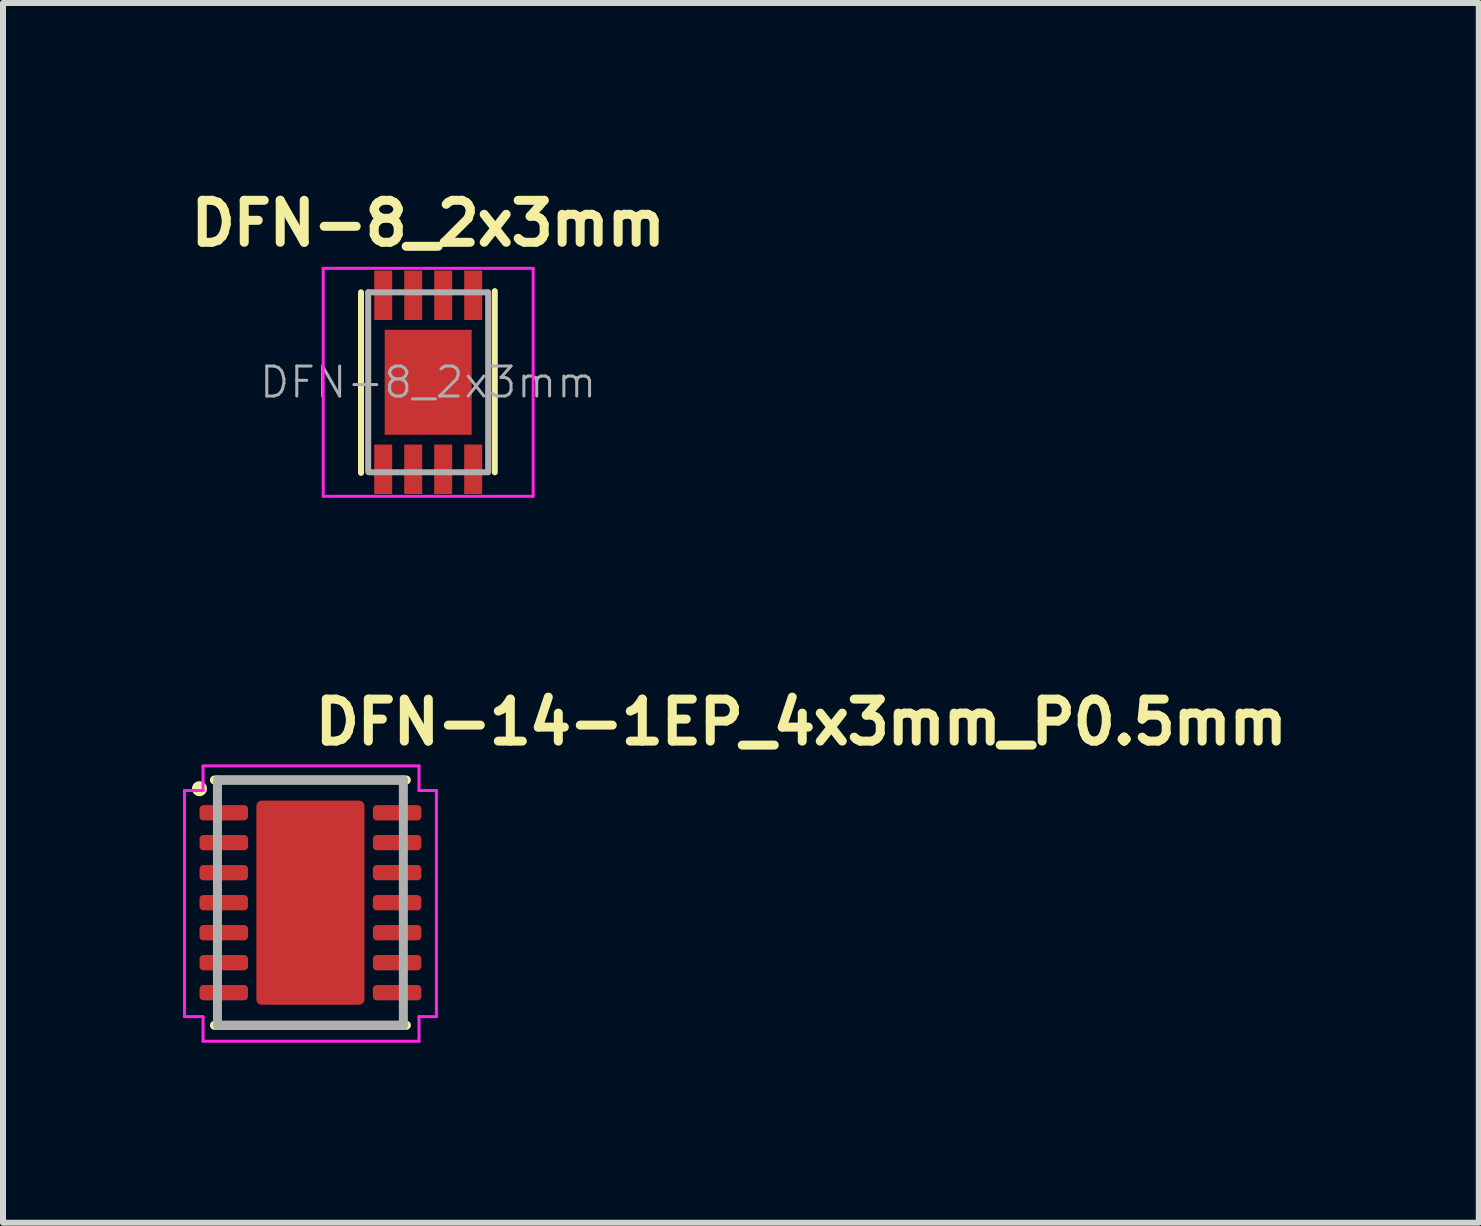
<source format=kicad_pcb>
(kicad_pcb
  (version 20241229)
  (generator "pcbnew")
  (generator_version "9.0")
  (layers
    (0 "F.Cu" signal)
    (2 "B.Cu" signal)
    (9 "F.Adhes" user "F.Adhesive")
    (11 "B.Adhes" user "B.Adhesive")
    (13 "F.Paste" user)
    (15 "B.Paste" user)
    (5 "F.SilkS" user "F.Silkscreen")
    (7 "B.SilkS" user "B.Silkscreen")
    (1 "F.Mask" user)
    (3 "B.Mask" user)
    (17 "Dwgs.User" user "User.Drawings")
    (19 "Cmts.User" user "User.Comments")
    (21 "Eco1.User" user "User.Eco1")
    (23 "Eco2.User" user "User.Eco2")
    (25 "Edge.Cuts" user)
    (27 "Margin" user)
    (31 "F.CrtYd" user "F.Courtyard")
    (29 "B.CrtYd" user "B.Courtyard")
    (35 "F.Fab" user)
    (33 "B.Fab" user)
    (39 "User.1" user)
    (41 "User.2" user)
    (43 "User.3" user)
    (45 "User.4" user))
  (footprint "DFN-14-1EP_4x3mm_P0.5mm"
    (layer "F.Cu")
    (at 2.125 11.998)
    (property "Reference" "DFN-14-1EP_4x3mm_P0.5mm" (at 0 -2.6 0) (layer "F.SilkS") (effects (font (size 0.7 0.7) (thickness 0.15)) (justify left bottom)))
    (attr smd)
    (fp_line (start -1.6 -2.045) (end 1.599 -2.045) (stroke (width 0.15) (type solid)) (layer "F.SilkS"))
    (fp_line (start -1.6 2.044) (end 1.6 2.044) (stroke (width 0.15) (type solid)) (layer "F.SilkS"))
    (fp_circle (center -1.85 -1.9) (end -1.8 -1.9) (stroke (width 0.15) (type solid)) (fill yes) (layer "F.SilkS"))
    (fp_line (start -2.1 -1.87) (end -1.79 -1.87) (stroke (width 0.05) (type solid)) (layer "F.CrtYd"))
    (fp_line (start -2.1 1.9) (end -2.1 -1.87) (stroke (width 0.05) (type solid)) (layer "F.CrtYd"))
    (fp_line (start -1.79 -2.28) (end 1.81 -2.28) (stroke (width 0.05) (type solid)) (layer "F.CrtYd"))
    (fp_line (start -1.79 -1.87) (end -1.79 -2.28) (stroke (width 0.05) (type solid)) (layer "F.CrtYd"))
    (fp_line (start -1.79 1.9) (end -2.1 1.9) (stroke (width 0.05) (type solid)) (layer "F.CrtYd"))
    (fp_line (start -1.79 2.31) (end -1.79 1.9) (stroke (width 0.05) (type solid)) (layer "F.CrtYd"))
    (fp_line (start 1.81 -2.28) (end 1.81 -1.87) (stroke (width 0.05) (type solid)) (layer "F.CrtYd"))
    (fp_line (start 1.81 1.9) (end 1.81 2.31) (stroke (width 0.05) (type solid)) (layer "F.CrtYd"))
    (fp_line (start 1.81 2.31) (end -1.79 2.31) (stroke (width 0.05) (type solid)) (layer "F.CrtYd"))
    (fp_line (start 2.1 -1.87) (end 1.81 -1.87) (stroke (width 0.05) (type solid)) (layer "F.CrtYd"))
    (fp_line (start 2.1 -1.87) (end 2.1 1.9) (stroke (width 0.05) (type solid)) (layer "F.CrtYd"))
    (fp_line (start 2.1 1.9) (end 1.81 1.9) (stroke (width 0.05) (type solid)) (layer "F.CrtYd"))
    (fp_line (start -1.55 -2.045) (end -1.55 2.044) (stroke (width 0.15) (type solid)) (layer "F.Fab"))
    (fp_line (start -1.55 2.044) (end 1.549 2.044) (stroke (width 0.15) (type solid)) (layer "F.Fab"))
    (fp_line (start 1.549 -2.045) (end -1.55 -2.045) (stroke (width 0.15) (type solid)) (layer "F.Fab"))
    (fp_line (start 1.549 2.044) (end 1.549 -2.045) (stroke (width 0.15) (type solid)) (layer "F.Fab"))
    (fp_rect (start -1.55 -2.045) (end 1.549 2.044) (stroke (width 0.1) (type solid)) (fill no) (layer "User.5"))
    (fp_line (start -1.55 -2.045) (end -1.55 2.044) (stroke (width 0.02) (type solid)) (layer "User.9"))
    (fp_line (start -1.55 2.044) (end 1.549 2.044) (stroke (width 0.02) (type solid)) (layer "User.9"))
    (fp_line (start -1.319 -1.499) (end -1.319 -1.499) (stroke (width 0.02) (type solid)) (layer "User.9"))
    (fp_line (start -1.319 -1.499) (end -1.317 -1.496) (stroke (width 0.02) (type solid)) (layer "User.9"))
    (fp_line (start -1.317 -1.511) (end -1.317 -1.507) (stroke (width 0.02) (type solid)) (layer "User.9"))
    (fp_line (start -1.317 -1.507) (end -1.317 -1.503) (stroke (width 0.02) (type solid)) (layer "User.9"))
    (fp_line (start -1.317 -1.503) (end -1.319 -1.499) (stroke (width 0.02) (type solid)) (layer "User.9"))
    (fp_line (start -1.317 -1.496) (end -1.317 -1.492) (stroke (width 0.02) (type solid)) (layer "User.9"))
    (fp_line (start -1.317 -1.492) (end -1.317 -1.489) (stroke (width 0.02) (type solid)) (layer "User.9"))
    (fp_line (start -1.317 -1.489) (end -1.316 -1.485) (stroke (width 0.02) (type solid)) (layer "User.9"))
    (fp_line (start -1.316 -1.515) (end -1.317 -1.511) (stroke (width 0.02) (type solid)) (layer "User.9"))
    (fp_line (start -1.316 -1.485) (end -1.315 -1.481) (stroke (width 0.02) (type solid)) (layer "User.9"))
    (fp_line (start -1.315 -1.519) (end -1.316 -1.515) (stroke (width 0.02) (type solid)) (layer "User.9"))
    (fp_line (start -1.315 -1.481) (end -1.314 -1.477) (stroke (width 0.02) (type solid)) (layer "User.9"))
    (fp_line (start -1.314 -1.523) (end -1.315 -1.519) (stroke (width 0.02) (type solid)) (layer "User.9"))
    (fp_line (start -1.314 -1.477) (end -1.313 -1.473) (stroke (width 0.02) (type solid)) (layer "User.9"))
    (fp_line (start -1.313 -1.526) (end -1.314 -1.523) (stroke (width 0.02) (type solid)) (layer "User.9"))
    (fp_line (start -1.313 -1.473) (end -1.311 -1.47) (stroke (width 0.02) (type solid)) (layer "User.9"))
    (fp_line (start -1.311 -1.53) (end -1.313 -1.526) (stroke (width 0.02) (type solid)) (layer "User.9"))
    (fp_line (start -1.311 -1.47) (end -1.31 -1.466) (stroke (width 0.02) (type solid)) (layer "User.9"))
    (fp_line (start -1.31 -1.534) (end -1.311 -1.53) (stroke (width 0.02) (type solid)) (layer "User.9"))
    (fp_line (start -1.31 -1.466) (end -1.308 -1.463) (stroke (width 0.02) (type solid)) (layer "User.9"))
    (fp_line (start -1.308 -1.536) (end -1.31 -1.534) (stroke (width 0.02) (type solid)) (layer "User.9"))
    (fp_line (start -1.308 -1.463) (end -1.306 -1.459) (stroke (width 0.02) (type solid)) (layer "User.9"))
    (fp_line (start -1.306 -1.541) (end -1.308 -1.536) (stroke (width 0.02) (type solid)) (layer "User.9"))
    (fp_line (start -1.306 -1.459) (end -1.304 -1.456) (stroke (width 0.02) (type solid)) (layer "User.9"))
    (fp_line (start -1.304 -1.543) (end -1.306 -1.541) (stroke (width 0.02) (type solid)) (layer "User.9"))
    (fp_line (start -1.304 -1.456) (end -1.302 -1.454) (stroke (width 0.02) (type solid)) (layer "User.9"))
    (fp_line (start -1.302 -1.546) (end -1.304 -1.543) (stroke (width 0.02) (type solid)) (layer "User.9"))
    (fp_line (start -1.302 -1.454) (end -1.301 -1.45) (stroke (width 0.02) (type solid)) (layer "User.9"))
    (fp_line (start -1.301 -1.55) (end -1.302 -1.546) (stroke (width 0.02) (type solid)) (layer "User.9"))
    (fp_line (start -1.301 -1.45) (end -1.298 -1.447) (stroke (width 0.02) (type solid)) (layer "User.9"))
    (fp_line (start -1.298 -1.552) (end -1.301 -1.55) (stroke (width 0.02) (type solid)) (layer "User.9"))
    (fp_line (start -1.298 -1.447) (end -1.296 -1.446) (stroke (width 0.02) (type solid)) (layer "User.9"))
    (fp_line (start -1.296 -1.554) (end -1.298 -1.552) (stroke (width 0.02) (type solid)) (layer "User.9"))
    (fp_line (start -1.296 -1.446) (end -1.293 -1.442) (stroke (width 0.02) (type solid)) (layer "User.9"))
    (fp_line (start -1.293 -1.558) (end -1.296 -1.554) (stroke (width 0.02) (type solid)) (layer "User.9"))
    (fp_line (start -1.293 -1.442) (end -1.29 -1.44) (stroke (width 0.02) (type solid)) (layer "User.9"))
    (fp_line (start -1.29 -1.559) (end -1.293 -1.558) (stroke (width 0.02) (type solid)) (layer "User.9"))
    (fp_line (start -1.29 -1.44) (end -1.287 -1.438) (stroke (width 0.02) (type solid)) (layer "User.9"))
    (fp_line (start -1.287 -1.562) (end -1.29 -1.559) (stroke (width 0.02) (type solid)) (layer "User.9"))
    (fp_line (start -1.287 -1.438) (end -1.283 -1.435) (stroke (width 0.02) (type solid)) (layer "User.9"))
    (fp_line (start -1.283 -1.565) (end -1.287 -1.562) (stroke (width 0.02) (type solid)) (layer "User.9"))
    (fp_line (start -1.283 -1.435) (end -1.28 -1.433) (stroke (width 0.02) (type solid)) (layer "User.9"))
    (fp_line (start -1.28 -1.567) (end -1.283 -1.565) (stroke (width 0.02) (type solid)) (layer "User.9"))
    (fp_line (start -1.28 -1.433) (end -1.277 -1.431) (stroke (width 0.02) (type solid)) (layer "User.9"))
    (fp_line (start -1.277 -1.569) (end -1.28 -1.567) (stroke (width 0.02) (type solid)) (layer "User.9"))
    (fp_line (start -1.277 -1.431) (end -1.274 -1.43) (stroke (width 0.02) (type solid)) (layer "User.9"))
    (fp_line (start -1.274 -1.57) (end -1.277 -1.569) (stroke (width 0.02) (type solid)) (layer "User.9"))
    (fp_line (start -1.274 -1.43) (end -1.27 -1.428) (stroke (width 0.02) (type solid)) (layer "User.9"))
    (fp_line (start -1.27 -1.572) (end -1.274 -1.57) (stroke (width 0.02) (type solid)) (layer "User.9"))
    (fp_line (start -1.27 -1.428) (end -1.268 -1.427) (stroke (width 0.02) (type solid)) (layer "User.9"))
    (fp_line (start -1.268 -1.572) (end -1.27 -1.572) (stroke (width 0.02) (type solid)) (layer "User.9"))
    (fp_line (start -1.268 -1.427) (end -1.264 -1.427) (stroke (width 0.02) (type solid)) (layer "User.9"))
    (fp_line (start -1.264 -1.573) (end -1.268 -1.572) (stroke (width 0.02) (type solid)) (layer "User.9"))
    (fp_line (start -1.264 -1.427) (end -1.26 -1.425) (stroke (width 0.02) (type solid)) (layer "User.9"))
    (fp_line (start -1.26 -1.575) (end -1.264 -1.573) (stroke (width 0.02) (type solid)) (layer "User.9"))
    (fp_line (start -1.26 -1.425) (end -1.257 -1.425) (stroke (width 0.02) (type solid)) (layer "User.9"))
    (fp_line (start -1.257 -1.575) (end -1.26 -1.575) (stroke (width 0.02) (type solid)) (layer "User.9"))
    (fp_line (start -1.257 -1.425) (end -1.252 -1.424) (stroke (width 0.02) (type solid)) (layer "User.9"))
    (fp_line (start -1.252 -1.576) (end -1.257 -1.575) (stroke (width 0.02) (type solid)) (layer "User.9"))
    (fp_line (start -1.252 -1.424) (end -1.248 -1.423) (stroke (width 0.02) (type solid)) (layer "User.9"))
    (fp_line (start -1.248 -1.577) (end -1.252 -1.576) (stroke (width 0.02) (type solid)) (layer "User.9"))
    (fp_line (start -1.248 -1.423) (end -1.244 -1.423) (stroke (width 0.02) (type solid)) (layer "User.9"))
    (fp_line (start -1.244 -1.577) (end -1.248 -1.577) (stroke (width 0.02) (type solid)) (layer "User.9"))
    (fp_line (start -1.244 -1.423) (end -1.24 -1.423) (stroke (width 0.02) (type solid)) (layer "User.9"))
    (fp_line (start -1.24 -1.577) (end -1.244 -1.577) (stroke (width 0.02) (type solid)) (layer "User.9"))
    (fp_line (start -1.24 -1.577) (end -1.24 -1.577) (stroke (width 0.02) (type solid)) (layer "User.9"))
    (fp_line (start -1.24 -1.423) (end -1.24 -1.423) (stroke (width 0.02) (type solid)) (layer "User.9"))
    (fp_line (start -1.24 -1.423) (end -1.237 -1.423) (stroke (width 0.02) (type solid)) (layer "User.9"))
    (fp_line (start -1.237 -1.577) (end -1.24 -1.577) (stroke (width 0.02) (type solid)) (layer "User.9"))
    (fp_line (start -1.237 -1.423) (end -1.233 -1.423) (stroke (width 0.02) (type solid)) (layer "User.9"))
    (fp_line (start -1.233 -1.577) (end -1.237 -1.577) (stroke (width 0.02) (type solid)) (layer "User.9"))
    (fp_line (start -1.233 -1.423) (end -1.229 -1.424) (stroke (width 0.02) (type solid)) (layer "User.9"))
    (fp_line (start -1.229 -1.576) (end -1.233 -1.577) (stroke (width 0.02) (type solid)) (layer "User.9"))
    (fp_line (start -1.229 -1.424) (end -1.225 -1.425) (stroke (width 0.02) (type solid)) (layer "User.9"))
    (fp_line (start -1.225 -1.575) (end -1.229 -1.576) (stroke (width 0.02) (type solid)) (layer "User.9"))
    (fp_line (start -1.225 -1.425) (end -1.221 -1.425) (stroke (width 0.02) (type solid)) (layer "User.9"))
    (fp_line (start -1.221 -1.575) (end -1.225 -1.575) (stroke (width 0.02) (type solid)) (layer "User.9"))
    (fp_line (start -1.221 -1.425) (end -1.217 -1.427) (stroke (width 0.02) (type solid)) (layer "User.9"))
    (fp_line (start -1.217 -1.573) (end -1.221 -1.575) (stroke (width 0.02) (type solid)) (layer "User.9"))
    (fp_line (start -1.217 -1.427) (end -1.213 -1.427) (stroke (width 0.02) (type solid)) (layer "User.9"))
    (fp_line (start -1.213 -1.572) (end -1.217 -1.573) (stroke (width 0.02) (type solid)) (layer "User.9"))
    (fp_line (start -1.213 -1.427) (end -1.21 -1.428) (stroke (width 0.02) (type solid)) (layer "User.9"))
    (fp_line (start -1.21 -1.572) (end -1.213 -1.572) (stroke (width 0.02) (type solid)) (layer "User.9"))
    (fp_line (start -1.21 -1.428) (end -1.207 -1.43) (stroke (width 0.02) (type solid)) (layer "User.9"))
    (fp_line (start -1.207 -1.57) (end -1.21 -1.572) (stroke (width 0.02) (type solid)) (layer "User.9"))
    (fp_line (start -1.207 -1.43) (end -1.204 -1.431) (stroke (width 0.02) (type solid)) (layer "User.9"))
    (fp_line (start -1.204 -1.569) (end -1.207 -1.57) (stroke (width 0.02) (type solid)) (layer "User.9"))
    (fp_line (start -1.204 -1.431) (end -1.201 -1.433) (stroke (width 0.02) (type solid)) (layer "User.9"))
    (fp_line (start -1.201 -1.567) (end -1.204 -1.569) (stroke (width 0.02) (type solid)) (layer "User.9"))
    (fp_line (start -1.201 -1.433) (end -1.198 -1.435) (stroke (width 0.02) (type solid)) (layer "User.9"))
    (fp_line (start -1.198 -1.565) (end -1.201 -1.567) (stroke (width 0.02) (type solid)) (layer "User.9"))
    (fp_line (start -1.198 -1.435) (end -1.195 -1.438) (stroke (width 0.02) (type solid)) (layer "User.9"))
    (fp_line (start -1.195 -1.562) (end -1.198 -1.565) (stroke (width 0.02) (type solid)) (layer "User.9"))
    (fp_line (start -1.195 -1.438) (end -1.192 -1.44) (stroke (width 0.02) (type solid)) (layer "User.9"))
    (fp_line (start -1.192 -1.559) (end -1.195 -1.562) (stroke (width 0.02) (type solid)) (layer "User.9"))
    (fp_line (start -1.192 -1.44) (end -1.188 -1.442) (stroke (width 0.02) (type solid)) (layer "User.9"))
    (fp_line (start -1.188 -1.558) (end -1.192 -1.559) (stroke (width 0.02) (type solid)) (layer "User.9"))
    (fp_line (start -1.188 -1.442) (end -1.185 -1.446) (stroke (width 0.02) (type solid)) (layer "User.9"))
    (fp_line (start -1.185 -1.554) (end -1.188 -1.558) (stroke (width 0.02) (type solid)) (layer "User.9"))
    (fp_line (start -1.185 -1.446) (end -1.183 -1.447) (stroke (width 0.02) (type solid)) (layer "User.9"))
    (fp_line (start -1.183 -1.552) (end -1.185 -1.554) (stroke (width 0.02) (type solid)) (layer "User.9"))
    (fp_line (start -1.183 -1.447) (end -1.18 -1.45) (stroke (width 0.02) (type solid)) (layer "User.9"))
    (fp_line (start -1.18 -1.55) (end -1.183 -1.552) (stroke (width 0.02) (type solid)) (layer "User.9"))
    (fp_line (start -1.18 -1.45) (end -1.178 -1.454) (stroke (width 0.02) (type solid)) (layer "User.9"))
    (fp_line (start -1.178 -1.546) (end -1.18 -1.55) (stroke (width 0.02) (type solid)) (layer "User.9"))
    (fp_line (start -1.178 -1.454) (end -1.176 -1.456) (stroke (width 0.02) (type solid)) (layer "User.9"))
    (fp_line (start -1.176 -1.543) (end -1.178 -1.546) (stroke (width 0.02) (type solid)) (layer "User.9"))
    (fp_line (start -1.176 -1.456) (end -1.174 -1.459) (stroke (width 0.02) (type solid)) (layer "User.9"))
    (fp_line (start -1.174 -1.541) (end -1.176 -1.543) (stroke (width 0.02) (type solid)) (layer "User.9"))
    (fp_line (start -1.174 -1.459) (end -1.172 -1.463) (stroke (width 0.02) (type solid)) (layer "User.9"))
    (fp_line (start -1.172 -1.536) (end -1.174 -1.541) (stroke (width 0.02) (type solid)) (layer "User.9"))
    (fp_line (start -1.172 -1.463) (end -1.17 -1.466) (stroke (width 0.02) (type solid)) (layer "User.9"))
    (fp_line (start -1.17 -1.534) (end -1.172 -1.536) (stroke (width 0.02) (type solid)) (layer "User.9"))
    (fp_line (start -1.17 -1.466) (end -1.169 -1.47) (stroke (width 0.02) (type solid)) (layer "User.9"))
    (fp_line (start -1.169 -1.53) (end -1.17 -1.534) (stroke (width 0.02) (type solid)) (layer "User.9"))
    (fp_line (start -1.169 -1.47) (end -1.167 -1.473) (stroke (width 0.02) (type solid)) (layer "User.9"))
    (fp_line (start -1.167 -1.526) (end -1.169 -1.53) (stroke (width 0.02) (type solid)) (layer "User.9"))
    (fp_line (start -1.167 -1.473) (end -1.166 -1.477) (stroke (width 0.02) (type solid)) (layer "User.9"))
    (fp_line (start -1.166 -1.523) (end -1.167 -1.526) (stroke (width 0.02) (type solid)) (layer "User.9"))
    (fp_line (start -1.166 -1.477) (end -1.165 -1.481) (stroke (width 0.02) (type solid)) (layer "User.9"))
    (fp_line (start -1.165 -1.519) (end -1.166 -1.523) (stroke (width 0.02) (type solid)) (layer "User.9"))
    (fp_line (start -1.165 -1.481) (end -1.164 -1.485) (stroke (width 0.02) (type solid)) (layer "User.9"))
    (fp_line (start -1.164 -1.515) (end -1.165 -1.519) (stroke (width 0.02) (type solid)) (layer "User.9"))
    (fp_line (start -1.164 -1.511) (end -1.164 -1.515) (stroke (width 0.02) (type solid)) (layer "User.9"))
    (fp_line (start -1.164 -1.489) (end -1.163 -1.492) (stroke (width 0.02) (type solid)) (layer "User.9"))
    (fp_line (start -1.164 -1.485) (end -1.164 -1.489) (stroke (width 0.02) (type solid)) (layer "User.9"))
    (fp_line (start -1.163 -1.507) (end -1.164 -1.511) (stroke (width 0.02) (type solid)) (layer "User.9"))
    (fp_line (start -1.163 -1.503) (end -1.163 -1.507) (stroke (width 0.02) (type solid)) (layer "User.9"))
    (fp_line (start -1.163 -1.499) (end -1.163 -1.503) (stroke (width 0.02) (type solid)) (layer "User.9"))
    (fp_line (start -1.163 -1.499) (end -1.163 -1.499) (stroke (width 0.02) (type solid)) (layer "User.9"))
    (fp_line (start -1.163 -1.499) (end -1.163 -1.499) (stroke (width 0.02) (type solid)) (layer "User.9"))
    (fp_line (start -1.163 -1.496) (end -1.163 -1.499) (stroke (width 0.02) (type solid)) (layer "User.9"))
    (fp_line (start -1.163 -1.492) (end -1.163 -1.496) (stroke (width 0.02) (type solid)) (layer "User.9"))
    (fp_line (start 1.549 -2.045) (end -1.55 -2.045) (stroke (width 0.02) (type solid)) (layer "User.9"))
    (fp_line (start 1.549 2.044) (end 1.549 -2.045) (stroke (width 0.02) (type solid)) (layer "User.9"))
    (pad "" smd roundrect (at 0 -0.8) (size 1.3 1.3) (layers "F.Paste") (roundrect_rratio 0.05))
    (pad "" smd roundrect (at 0 0.8) (size 1.3 1.3) (layers "F.Paste") (roundrect_rratio 0.05))
    (pad "1" smd roundrect (at -1.445 -1.499) (size 0.808 0.255) (layers "F.Cu" "F.Mask" "F.Paste") (roundrect_rratio 0.25))
    (pad "2" smd roundrect (at -1.445 -1.001) (size 0.808 0.255) (layers "F.Cu" "F.Mask" "F.Paste") (roundrect_rratio 0.25))
    (pad "3" smd roundrect (at -1.445 -0.5) (size 0.808 0.255) (layers "F.Cu" "F.Mask" "F.Paste") (roundrect_rratio 0.25))
    (pad "4" smd roundrect (at -1.445 0) (size 0.808 0.255) (layers "F.Cu" "F.Mask" "F.Paste") (roundrect_rratio 0.25))
    (pad "5" smd roundrect (at -1.445 0.5) (size 0.808 0.255) (layers "F.Cu" "F.Mask" "F.Paste") (roundrect_rratio 0.25))
    (pad "6" smd roundrect (at -1.445 1) (size 0.808 0.255) (layers "F.Cu" "F.Mask" "F.Paste") (roundrect_rratio 0.25))
    (pad "7" smd roundrect (at -1.445 1.5) (size 0.808 0.255) (layers "F.Cu" "F.Mask" "F.Paste") (roundrect_rratio 0.25))
    (pad "8" smd roundrect (at 1.445 1.5) (size 0.808 0.255) (layers "F.Cu" "F.Mask" "F.Paste") (roundrect_rratio 0.25))
    (pad "9" smd roundrect (at 1.445 1) (size 0.808 0.255) (layers "F.Cu" "F.Mask" "F.Paste") (roundrect_rratio 0.25))
    (pad "10" smd roundrect (at 1.445 0.5) (size 0.808 0.255) (layers "F.Cu" "F.Mask" "F.Paste") (roundrect_rratio 0.25))
    (pad "11" smd roundrect (at 1.445 0) (size 0.808 0.255) (layers "F.Cu" "F.Mask" "F.Paste") (roundrect_rratio 0.25))
    (pad "12" smd roundrect (at 1.445 -0.501) (size 0.808 0.255) (layers "F.Cu" "F.Mask" "F.Paste") (roundrect_rratio 0.25))
    (pad "13" smd roundrect (at 1.445 -1.001) (size 0.808 0.255) (layers "F.Cu" "F.Mask" "F.Paste") (roundrect_rratio 0.25))
    (pad "14" smd roundrect (at 1.445 -1.499) (size 0.808 0.255) (layers "F.Cu" "F.Mask" "F.Paste") (roundrect_rratio 0.25))
    (pad "15" smd roundrect (at 0 0) (size 1.803 3.404) (layers "F.Cu" "F.Mask") (roundrect_rratio 0.05)))
  (footprint "DFN-8_2x3mm"
    (layer "F.Cu")
    (at 4.088 3.323)
    (property "Reference" "DFN-8_2x3mm" (at 0 -2.65 0) (layer "F.SilkS") (effects (font (size 0.7 0.7) (thickness 0.15))))
    (attr smd)
    (fp_line (start -1.12 -1.5) (end -1.12 1.51) (stroke (width 0.1) (type solid)) (layer "F.SilkS"))
    (fp_line (start 1.11 1.5) (end 1.11 -1.52) (stroke (width 0.1) (type solid)) (layer "F.SilkS"))
    (fp_line (start -1.75 -1.9) (end 1.75 -1.9) (stroke (width 0.05) (type solid)) (layer "F.CrtYd"))
    (fp_line (start -1.75 1.9) (end -1.75 -1.9) (stroke (width 0.05) (type solid)) (layer "F.CrtYd"))
    (fp_line (start 1.75 -1.9) (end 1.75 1.9) (stroke (width 0.05) (type solid)) (layer "F.CrtYd"))
    (fp_line (start 1.75 1.9) (end -1.75 1.9) (stroke (width 0.05) (type solid)) (layer "F.CrtYd"))
    (fp_line (start -1 -1.5) (end -1 1.49) (stroke (width 0.1) (type solid)) (layer "F.Fab"))
    (fp_line (start -1 -1.5) (end 0.99 -1.5) (stroke (width 0.1) (type solid)) (layer "F.Fab"))
    (fp_line (start 0.99 1.5) (end -0.99 1.5) (stroke (width 0.1) (type solid)) (layer "F.Fab"))
    (fp_line (start 1 -1.5) (end 1 1.5) (stroke (width 0.1) (type solid)) (layer "F.Fab"))
    (fp_text user "${REFERENCE}" (at 0 0 0) (layer "F.Fab") (effects (font (size 0.5 0.5) (thickness 0.05))))
    (pad "0" smd rect (at 0 0) (size 1.45 1.75) (layers "F.Cu" "F.Mask" "F.Paste"))
    (pad "1" smd rect (at -0.75 1.45) (size 0.3 0.825) (layers "F.Cu" "F.Mask" "F.Paste"))
    (pad "2" smd rect (at -0.25 1.45) (size 0.3 0.825) (layers "F.Cu" "F.Mask" "F.Paste"))
    (pad "3" smd rect (at 0.25 1.45) (size 0.3 0.825) (layers "F.Cu" "F.Mask" "F.Paste"))
    (pad "4" smd rect (at 0.75 1.45) (size 0.3 0.825) (layers "F.Cu" "F.Mask" "F.Paste"))
    (pad "5" smd rect (at 0.75 -1.45) (size 0.3 0.825) (layers "F.Cu" "F.Mask" "F.Paste"))
    (pad "6" smd rect (at 0.25 -1.45) (size 0.3 0.825) (layers "F.Cu" "F.Mask" "F.Paste"))
    (pad "7" smd rect (at -0.25 -1.45) (size 0.3 0.825) (layers "F.Cu" "F.Mask" "F.Paste"))
    (pad "8" smd rect (at -0.75 -1.45) (size 0.3 0.825) (layers "F.Cu" "F.Mask" "F.Paste")))
  (gr_rect
    (start -3 -3)
    (end 21.602 17.333)
    (stroke (width 0.1) (type default))
    (fill no)
    (layer "Edge.Cuts")))
</source>
